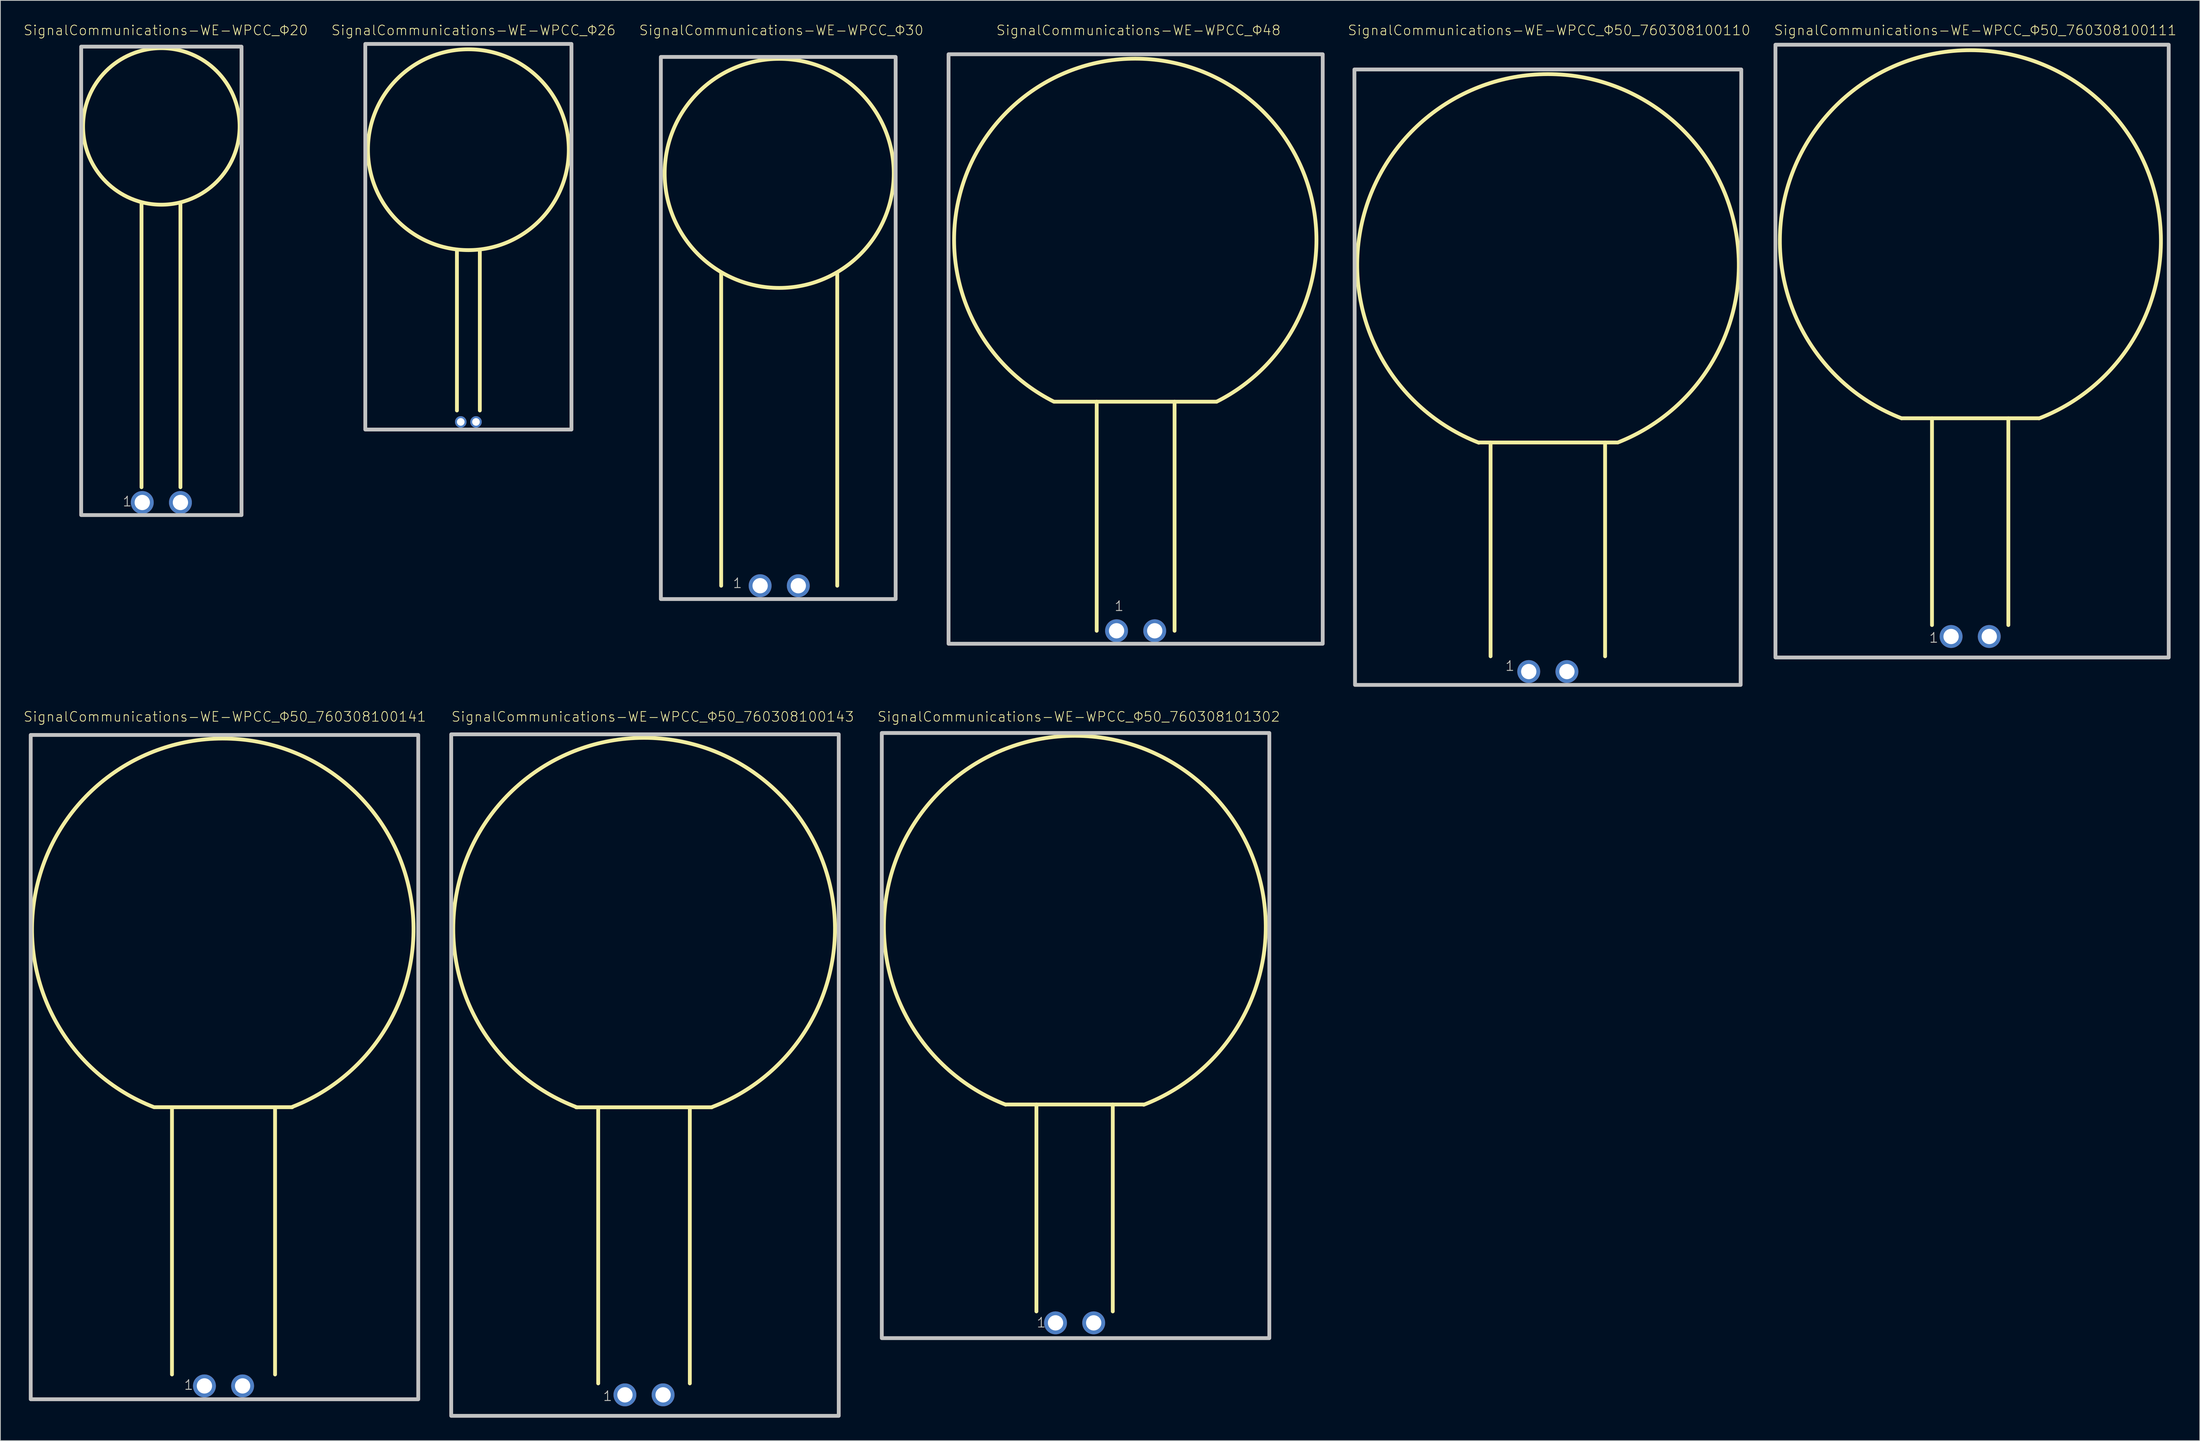
<source format=kicad_pcb>
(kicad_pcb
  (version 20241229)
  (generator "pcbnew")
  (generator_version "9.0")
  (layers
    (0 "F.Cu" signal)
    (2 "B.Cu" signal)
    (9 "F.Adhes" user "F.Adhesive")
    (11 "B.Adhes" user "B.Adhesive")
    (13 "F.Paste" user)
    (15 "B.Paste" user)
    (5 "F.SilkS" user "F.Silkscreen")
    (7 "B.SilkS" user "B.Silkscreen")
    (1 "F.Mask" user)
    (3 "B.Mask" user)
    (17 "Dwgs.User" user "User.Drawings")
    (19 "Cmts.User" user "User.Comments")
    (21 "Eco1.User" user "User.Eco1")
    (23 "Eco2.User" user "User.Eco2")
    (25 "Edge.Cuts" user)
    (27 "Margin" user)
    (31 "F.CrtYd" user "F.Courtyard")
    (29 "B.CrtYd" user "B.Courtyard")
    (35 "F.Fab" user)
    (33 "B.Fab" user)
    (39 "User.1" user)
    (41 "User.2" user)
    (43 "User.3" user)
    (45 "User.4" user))
  (footprint "SignalCommunications-WE-WPCC_Φ50_760308100111"
    (layer "F.Cu")
    (at 254.941 80.304)
    (property "Reference" "SignalCommunications-WE-WPCC_Φ50_760308100111" (at 0.673 -79.383 0) (layer "F.SilkS") (effects (font (size 1.27 1.27) (thickness 0.102))))
    (attr exclude_from_pos_files exclude_from_bom)
    (fp_line (start -8.999 -28.578) (end 8.999 -28.578) (stroke (width 0.498) (type solid)) (layer "F.SilkS"))
    (fp_line (start -4.999 -28.578) (end -4.999 -1.499) (stroke (width 0.498) (type solid)) (layer "F.SilkS"))
    (fp_line (start 4.999 -28.578) (end 4.999 -1.499) (stroke (width 0.498) (type solid)) (layer "F.SilkS"))
    (fp_arc (start -8.9789 -28.56992) (mid 0.039127 -76.781246) (end 9.023731 -28.56368) (stroke (width 0.49784) (type solid)) (layer "F.SilkS"))
    (fp_poly (pts (xy -25.499 -77.498) (xy 25.999 -77.498) (xy 25.999 2.748) (xy -25.499 2.748) (xy -25.499 -77.498)) (stroke (width 0.498) (type solid)) (fill no) (layer "Dwgs.User"))
    (fp_text user "1" (at -4.763 0.163 0) (layer "F.SilkS") (effects (font (size 1.27 1.27) (thickness 0.102))))
    (fp_text user "1" (at -4.763 0.163 0) (layer "Dwgs.User") (effects (font (size 1.27 1.27) (thickness 0.102))))
    (pad "1" thru_hole circle (at -2.499 0) (size 3 3) (drill 1.999) (layers "*.Cu" "*.Paste" "*.Mask"))
    (pad "2" thru_hole circle (at 2.499 0) (size 3 3) (drill 1.999) (layers "*.Cu" "*.Paste" "*.Mask")))
  (footprint "SignalCommunications-WE-WPCC_Φ26"
    (layer "F.Cu")
    (at 58.283 52.204)
    (property "Reference" "SignalCommunications-WE-WPCC_Φ26" (at 0.673 -51.283 0) (layer "F.SilkS") (effects (font (size 1.27 1.27) (thickness 0.102))))
    (attr exclude_from_pos_files exclude_from_bom)
    (fp_line (start -1.499 -22.499) (end -1.499 -1.499) (stroke (width 0.498) (type solid)) (layer "F.SilkS"))
    (fp_line (start 1.499 -22.499) (end 1.499 -1.499) (stroke (width 0.498) (type solid)) (layer "F.SilkS"))
    (fp_circle (center 0 -35.649) (end 0 -48.798) (stroke (width 0.498) (type solid)) (fill no) (layer "F.SilkS"))
    (fp_poly (pts (xy -13.498 -49.5) (xy 13.498 -49.5) (xy 13.498 0.998) (xy -13.498 0.998) (xy -13.498 -49.5)) (stroke (width 0.498) (type solid)) (fill no) (layer "Dwgs.User"))
    (pad "1" thru_hole circle (at -0.998 0) (size 1.506 1.506) (drill 0.998) (layers "*.Cu" "*.Paste" "*.Mask"))
    (pad "2" thru_hole circle (at 0.998 0) (size 1.506 1.506) (drill 0.998) (layers "*.Cu" "*.Paste" "*.Mask")))
  (footprint "SignalCommunications-WE-WPCC_Φ50_760308100143"
    (layer "F.Cu")
    (at 81.283 179.617)
    (property "Reference" "SignalCommunications-WE-WPCC_Φ50_760308100143" (at 1.143 -88.803 0) (layer "F.SilkS") (effects (font (size 1.27 1.27) (thickness 0.102))))
    (attr exclude_from_pos_files exclude_from_bom)
    (fp_line (start -8.898 -37.658) (end 8.87 -37.658) (stroke (width 0.498) (type solid)) (layer "F.SilkS"))
    (fp_line (start -5.999 -37.638) (end -5.999 -1.499) (stroke (width 0.498) (type solid)) (layer "F.SilkS"))
    (fp_line (start 5.999 -37.638) (end 5.999 -1.499) (stroke (width 0.498) (type solid)) (layer "F.SilkS"))
    (fp_arc (start -8.75792 -37.64788) (mid -0.049632 -86.040336) (end 8.909768 -37.693741) (stroke (width 0.49784) (type solid)) (layer "F.SilkS"))
    (fp_poly (pts (xy -25.248 -86.5) (xy 25.499 -86.5) (xy 25.499 2.748) (xy -25.248 2.748) (xy -25.248 -86.5)) (stroke (width 0.498) (type solid)) (fill no) (layer "Dwgs.User"))
    (fp_text user "1" (at -4.763 0.163 0) (layer "F.SilkS") (effects (font (size 1.27 1.27) (thickness 0.102))))
    (fp_text user "1" (at -4.763 0.163 0) (layer "Dwgs.User") (effects (font (size 1.27 1.27) (thickness 0.102))))
    (pad "1" thru_hole circle (at -2.499 0) (size 3 3) (drill 1.999) (layers "*.Cu" "*.Paste" "*.Mask"))
    (pad "2" thru_hole circle (at 2.499 0) (size 3 3) (drill 1.999) (layers "*.Cu" "*.Paste" "*.Mask")))
  (footprint "SignalCommunications-WE-WPCC_Φ20"
    (layer "F.Cu")
    (at 18.078 62.755)
    (property "Reference" "SignalCommunications-WE-WPCC_Φ20" (at 0.574 -61.834 0) (layer "F.SilkS") (effects (font (size 1.27 1.27) (thickness 0.102))))
    (attr exclude_from_pos_files exclude_from_bom)
    (fp_line (start -2.598 -1.999) (end -2.598 -39.299) (stroke (width 0.498) (type solid)) (layer "F.SilkS"))
    (fp_line (start 2.499 -1.999) (end 2.499 -39.299) (stroke (width 0.498) (type solid)) (layer "F.SilkS"))
    (fp_circle (center 0 -49.248) (end 0 -59.497) (stroke (width 0.498) (type solid)) (fill no) (layer "F.SilkS"))
    (fp_poly (pts (xy -10.498 -59.698) (xy 10.498 -59.698) (xy 10.498 1.648) (xy -10.498 1.648) (xy -10.498 -59.698)) (stroke (width 0.498) (type solid)) (fill no) (layer "Dwgs.User"))
    (fp_text user "1" (at -4.463 -0.135 0) (layer "F.SilkS") (effects (font (size 1.27 1.27) (thickness 0.102))))
    (fp_text user "1" (at -4.463 -0.135 0) (layer "Dwgs.User") (effects (font (size 1.27 1.27) (thickness 0.102))))
    (pad "1" thru_hole circle (at -2.499 0) (size 3 3) (drill 1.999) (layers "*.Cu" "*.Paste" "*.Mask"))
    (pad "2" thru_hole circle (at 2.499 0) (size 3 3) (drill 1.999) (layers "*.Cu" "*.Paste" "*.Mask")))
  (footprint "SignalCommunications-WE-WPCC_Φ48"
    (layer "F.Cu")
    (at 145.66 79.555)
    (property "Reference" "SignalCommunications-WE-WPCC_Φ48" (at 0.373 -78.633 0) (layer "F.SilkS") (effects (font (size 1.27 1.27) (thickness 0.102))))
    (attr exclude_from_pos_files exclude_from_bom)
    (fp_line (start -10.599 -30) (end 10.599 -30) (stroke (width 0.498) (type solid)) (layer "F.SilkS"))
    (fp_line (start -5.098 0) (end -5.098 -30) (stroke (width 0.498) (type solid)) (layer "F.SilkS"))
    (fp_line (start 5.098 0) (end 5.098 -30) (stroke (width 0.498) (type solid)) (layer "F.SilkS"))
    (fp_arc (start -10.69848 -29.99994) (mid -0.0587 -74.922563) (end 10.620613 -30.009322) (stroke (width 0.49784) (type solid)) (layer "F.SilkS"))
    (fp_poly (pts (xy -24.498 -75.499) (xy 24.498 -75.499) (xy 24.498 1.699) (xy -24.498 1.699) (xy -24.498 -75.499)) (stroke (width 0.498) (type solid)) (fill no) (layer "Dwgs.User"))
    (fp_text user "1" (at -2.164 -3.233 0) (layer "F.SilkS") (effects (font (size 1.27 1.27) (thickness 0.102))))
    (fp_text user "1" (at -2.164 -3.233 0) (layer "Dwgs.User") (effects (font (size 1.27 1.27) (thickness 0.102))))
    (pad "1" thru_hole circle (at -2.499 0) (size 3 3) (drill 1.999) (layers "*.Cu" "*.Paste" "*.Mask"))
    (pad "2" thru_hole circle (at 2.499 0) (size 3 3) (drill 1.999) (layers "*.Cu" "*.Paste" "*.Mask")))
  (footprint "SignalCommunications-WE-WPCC_Φ50_760308100110"
    (layer "F.Cu")
    (at 199.637 84.896)
    (property "Reference" "SignalCommunications-WE-WPCC_Φ50_760308100110" (at 0.163 -83.975 0) (layer "F.SilkS") (effects (font (size 1.27 1.27) (thickness 0.102))))
    (attr exclude_from_pos_files exclude_from_bom)
    (fp_line (start -8.999 -30) (end 8.999 -30) (stroke (width 0.498) (type solid)) (layer "F.SilkS"))
    (fp_line (start -7.498 -30) (end -7.498 -1.999) (stroke (width 0.498) (type solid)) (layer "F.SilkS"))
    (fp_line (start 7.498 -30) (end 7.498 -1.999) (stroke (width 0.498) (type solid)) (layer "F.SilkS"))
    (fp_arc (start -9.03986 -29.96946) (mid -0.013295 -78.239328) (end 9.152927 -29.995785) (stroke (width 0.49784) (type solid)) (layer "F.SilkS"))
    (fp_poly (pts (xy -25.329 -78.849) (xy 25.329 -78.849) (xy 25.248 1.748) (xy -25.248 1.748) (xy -25.329 -78.849)) (stroke (width 0.498) (type solid)) (fill no) (layer "Dwgs.User"))
    (fp_text user "1" (at -4.963 -0.734 0) (layer "F.SilkS") (effects (font (size 1.27 1.27) (thickness 0.102))))
    (fp_text user "1" (at -4.963 -0.734 0) (layer "Dwgs.User") (effects (font (size 1.27 1.27) (thickness 0.102))))
    (pad "1" thru_hole circle (at -2.499 0) (size 3 3) (drill 1.999) (layers "*.Cu" "*.Paste" "*.Mask"))
    (pad "2" thru_hole circle (at 2.499 0) (size 3 3) (drill 1.999) (layers "*.Cu" "*.Paste" "*.Mask")))
  (footprint "SignalCommunications-WE-WPCC_Φ50_760308101302"
    (layer "F.Cu")
    (at 137.668 170.189)
    (property "Reference" "SignalCommunications-WE-WPCC_Φ50_760308101302" (at 0.544 -79.375 0) (layer "F.SilkS") (effects (font (size 1.27 1.27) (thickness 0.102))))
    (attr exclude_from_pos_files exclude_from_bom)
    (fp_line (start -8.999 -28.598) (end 8.999 -28.598) (stroke (width 0.498) (type solid)) (layer "F.SilkS"))
    (fp_line (start -4.999 -28.598) (end -4.999 -1.499) (stroke (width 0.498) (type solid)) (layer "F.SilkS"))
    (fp_line (start 4.999 -28.598) (end 4.999 -1.499) (stroke (width 0.498) (type solid)) (layer "F.SilkS"))
    (fp_arc (start -9.0297 -28.57754) (mid 0.05094 -76.880856) (end 9.052509 -28.562742) (stroke (width 0.49784) (type solid)) (layer "F.SilkS"))
    (fp_poly (pts (xy -25.248 -77.249) (xy 25.499 -77.249) (xy 25.499 1.999) (xy -25.248 1.999) (xy -25.248 -77.249)) (stroke (width 0.498) (type solid)) (fill no) (layer "Dwgs.User"))
    (fp_text user "1" (at -4.364 -0.033 0) (layer "F.SilkS") (effects (font (size 1.27 1.27) (thickness 0.102))))
    (fp_text user "1" (at -4.364 -0.033 0) (layer "Dwgs.User") (effects (font (size 1.27 1.27) (thickness 0.102))))
    (pad "1" thru_hole circle (at -2.499 0) (size 3 3) (drill 1.999) (layers "*.Cu" "*.Paste" "*.Mask"))
    (pad "2" thru_hole circle (at 2.499 0) (size 3 3) (drill 1.999) (layers "*.Cu" "*.Paste" "*.Mask")))
  (footprint "SignalCommunications-WE-WPCC_Φ50_760308100141"
    (layer "F.Cu")
    (at 26.22 178.446)
    (property "Reference" "SignalCommunications-WE-WPCC_Φ50_760308100141" (at 0.173 -87.633 0) (layer "F.SilkS") (effects (font (size 1.27 1.27) (thickness 0.102))))
    (attr exclude_from_pos_files exclude_from_bom)
    (fp_line (start -8.999 -36.5) (end 8.898 -36.5) (stroke (width 0.498) (type solid)) (layer "F.SilkS"))
    (fp_line (start -6.749 -1.499) (end -6.749 -36.5) (stroke (width 0.498) (type solid)) (layer "F.SilkS"))
    (fp_line (start 6.749 -1.499) (end 6.749 -36.5) (stroke (width 0.498) (type solid)) (layer "F.SilkS"))
    (fp_line (start 8.898 -36.5) (end 8.999 -36.5) (stroke (width 0.498) (type solid)) (layer "F.SilkS"))
    (fp_arc (start -9.09828 -36.4998) (mid -0.112719 -84.776184) (end 8.925638 -36.509657) (stroke (width 0.49784) (type solid)) (layer "F.SilkS"))
    (fp_poly (pts (xy -25.248 -85.247) (xy 25.499 -85.247) (xy 25.499 1.748) (xy -25.248 1.748) (xy -25.248 -85.247)) (stroke (width 0.498) (type solid)) (fill no) (layer "Dwgs.User"))
    (fp_text user "1" (at -4.564 -0.135 0) (layer "F.SilkS") (effects (font (size 1.27 1.27) (thickness 0.102))))
    (fp_text user "1" (at -4.564 -0.135 0) (layer "Dwgs.User") (effects (font (size 1.27 1.27) (thickness 0.102))))
    (pad "1" thru_hole circle (at -2.499 0) (size 3 3) (drill 1.999) (layers "*.Cu" "*.Paste" "*.Mask"))
    (pad "2" thru_hole circle (at 2.499 0) (size 3 3) (drill 1.999) (layers "*.Cu" "*.Paste" "*.Mask")))
  (footprint "SignalCommunications-WE-WPCC_Φ30"
    (layer "F.Cu")
    (at 98.986 73.654)
    (property "Reference" "SignalCommunications-WE-WPCC_Φ30" (at 0.274 -72.733 0) (layer "F.SilkS") (effects (font (size 1.27 1.27) (thickness 0.102))))
    (attr exclude_from_pos_files exclude_from_bom)
    (fp_line (start -7.6 0) (end -7.6 -40.998) (stroke (width 0.498) (type solid)) (layer "F.SilkS"))
    (fp_line (start 7.6 0) (end 7.6 -40.998) (stroke (width 0.498) (type solid)) (layer "F.SilkS"))
    (fp_circle (center 0 -53.998) (end 0 -68.997) (stroke (width 0.498) (type solid)) (fill no) (layer "F.SilkS"))
    (fp_poly (pts (xy -15.499 -69.248) (xy 15.248 -69.248) (xy 15.248 1.748) (xy -15.499 1.748) (xy -15.499 -69.248)) (stroke (width 0.498) (type solid)) (fill no) (layer "Dwgs.User"))
    (fp_text user "1" (at -5.464 -0.333 0) (layer "F.SilkS") (effects (font (size 1.27 1.27) (thickness 0.102))))
    (fp_text user "1" (at -5.464 -0.333 0) (layer "Dwgs.User") (effects (font (size 1.27 1.27) (thickness 0.102))))
    (pad "1" thru_hole circle (at -2.499 0) (size 3 3) (drill 1.999) (layers "*.Cu" "*.Paste" "*.Mask"))
    (pad "2" thru_hole circle (at 2.499 0) (size 3 3) (drill 1.999) (layers "*.Cu" "*.Paste" "*.Mask")))
  (gr_rect
    (start -3 -3)
    (end 285.007 185.615)
    (stroke (width 0.1) (type default))
    (fill no)
    (layer "Edge.Cuts")))
</source>
